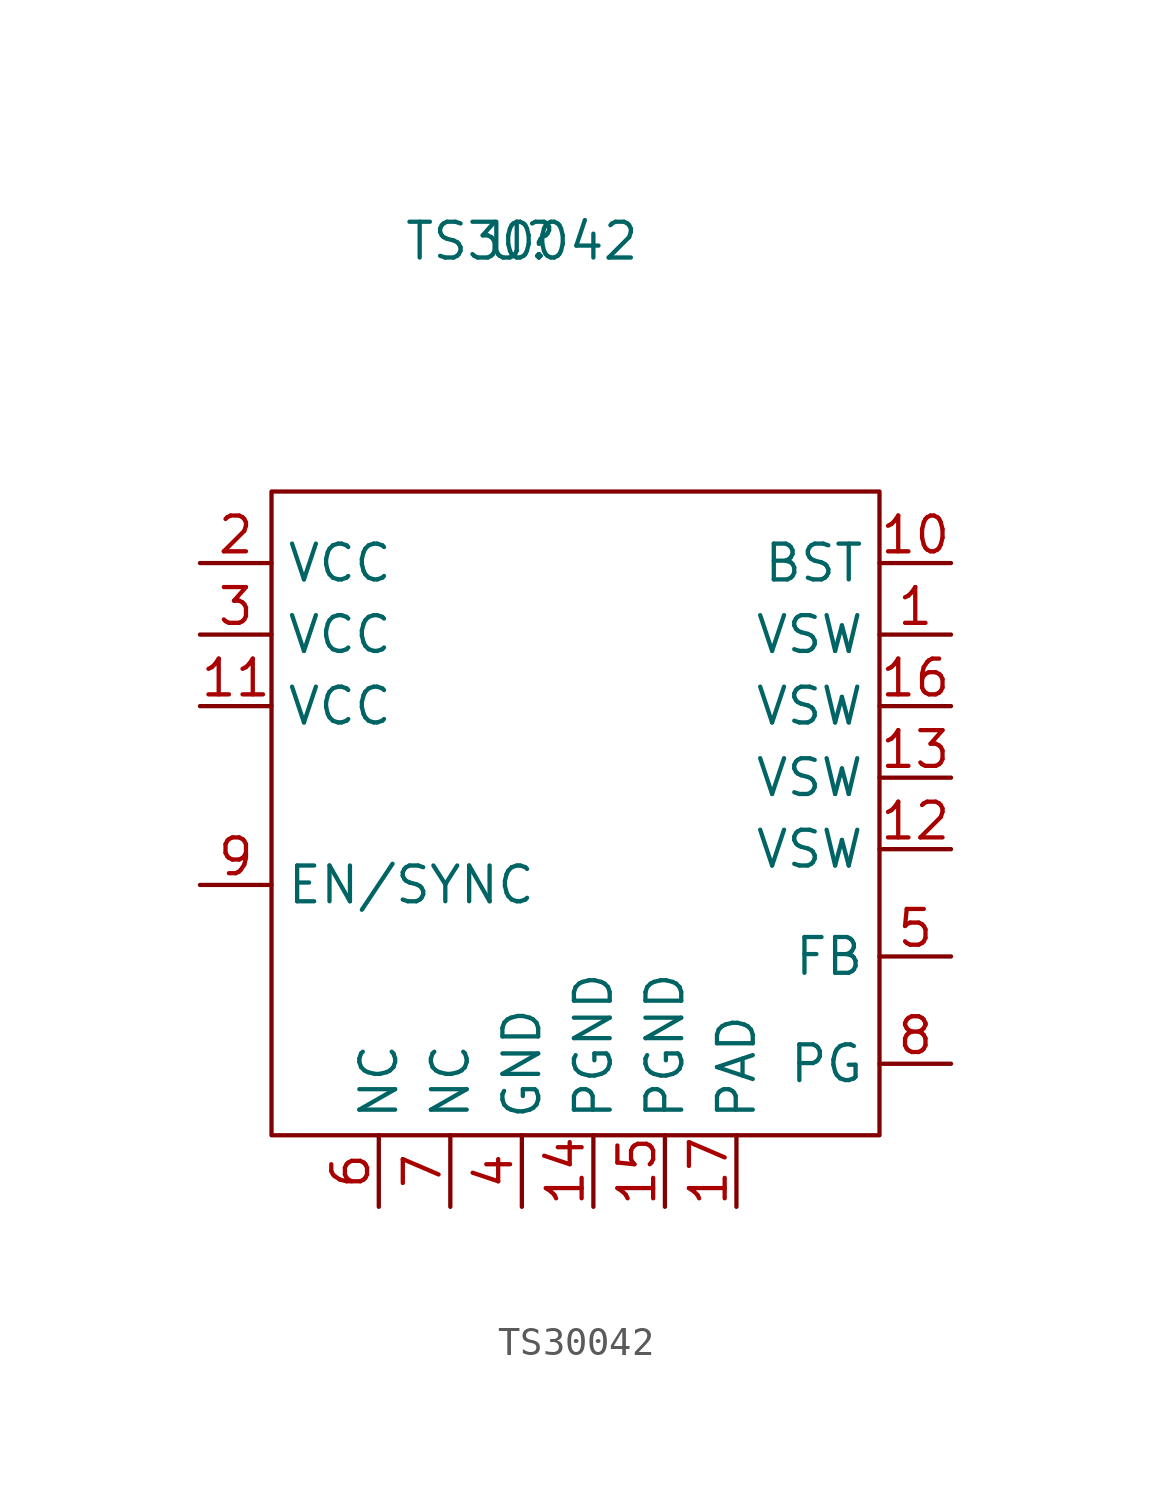
<source format=kicad_sym>
(kicad_symbol_lib
  (version 20211014)
  (generator kicad_symbol_editor)
  (symbol "TS30042"
    (property "Reference" "U"
      (at -1.27 20.32 0)
      (effects (font (size 1.27 1.27))))
    (property "Value" "TS30042"
      (at -1.27 20.32 0)
      (effects (font (size 1.27 1.27))))
    (symbol "TS30042_0_1"
      (rectangle (start -10.16 11.43) (end 11.43 -11.43) (stroke (width 0.152) (type default) (color 0 0 0 0)) (fill (type none))))
    (symbol "TS30042_1_1"
      (pin input line (at 13.97 6.35 180) (length 2.54) (name "VSW" (effects (font (size 1.27 1.27)))) (number "1" (effects (font (size 1.27 1.27)))))
      (pin input line (at 13.97 8.89 180) (length 2.54) (name "BST" (effects (font (size 1.27 1.27)))) (number "10" (effects (font (size 1.27 1.27)))))
      (pin input line (at -12.7 3.81 0) (length 2.54) (name "VCC" (effects (font (size 1.27 1.27)))) (number "11" (effects (font (size 1.27 1.27)))))
      (pin input line (at 13.97 -1.27 180) (length 2.54) (name "VSW" (effects (font (size 1.27 1.27)))) (number "12" (effects (font (size 1.27 1.27)))))
      (pin input line (at 13.97 1.27 180) (length 2.54) (name "VSW" (effects (font (size 1.27 1.27)))) (number "13" (effects (font (size 1.27 1.27)))))
      (pin input line (at 1.27 -13.97 90) (length 2.54) (name "PGND" (effects (font (size 1.27 1.27)))) (number "14" (effects (font (size 1.27 1.27)))))
      (pin input line (at 3.81 -13.97 90) (length 2.54) (name "PGND" (effects (font (size 1.27 1.27)))) (number "15" (effects (font (size 1.27 1.27)))))
      (pin input line (at 13.97 3.81 180) (length 2.54) (name "VSW" (effects (font (size 1.27 1.27)))) (number "16" (effects (font (size 1.27 1.27)))))
      (pin input line (at 6.35 -13.97 90) (length 2.54) (name "PAD" (effects (font (size 1.27 1.27)))) (number "17" (effects (font (size 1.27 1.27)))))
      (pin input line (at -12.7 8.89 0) (length 2.54) (name "VCC" (effects (font (size 1.27 1.27)))) (number "2" (effects (font (size 1.27 1.27)))))
      (pin input line (at -12.7 6.35 0) (length 2.54) (name "VCC" (effects (font (size 1.27 1.27)))) (number "3" (effects (font (size 1.27 1.27)))))
      (pin input line (at -1.27 -13.97 90) (length 2.54) (name "GND" (effects (font (size 1.27 1.27)))) (number "4" (effects (font (size 1.27 1.27)))))
      (pin input line (at 13.97 -5.08 180) (length 2.54) (name "FB" (effects (font (size 1.27 1.27)))) (number "5" (effects (font (size 1.27 1.27)))))
      (pin input line (at -6.35 -13.97 90) (length 2.54) (name "NC" (effects (font (size 1.27 1.27)))) (number "6" (effects (font (size 1.27 1.27)))))
      (pin input line (at -3.81 -13.97 90) (length 2.54) (name "NC" (effects (font (size 1.27 1.27)))) (number "7" (effects (font (size 1.27 1.27)))))
      (pin input line (at 13.97 -8.89 180) (length 2.54) (name "PG" (effects (font (size 1.27 1.27)))) (number "8" (effects (font (size 1.27 1.27)))))
      (pin input line (at -12.7 -2.54 0) (length 2.54) (name "EN/SYNC" (effects (font (size 1.27 1.27)))) (number "9" (effects (font (size 1.27 1.27))))))))
</source>
